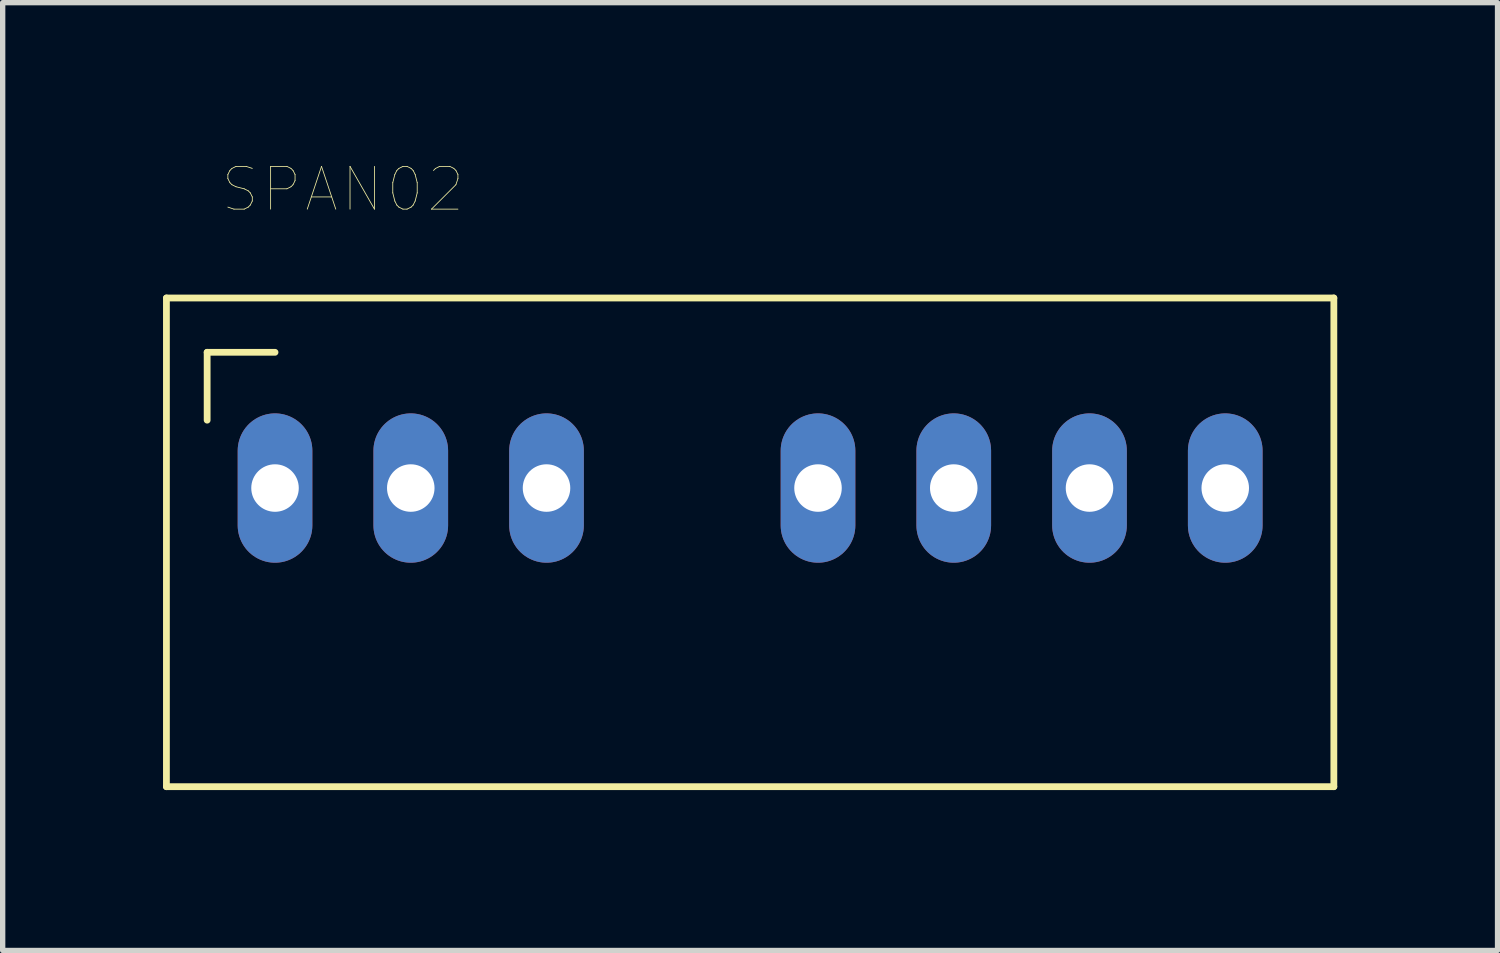
<source format=kicad_pcb>
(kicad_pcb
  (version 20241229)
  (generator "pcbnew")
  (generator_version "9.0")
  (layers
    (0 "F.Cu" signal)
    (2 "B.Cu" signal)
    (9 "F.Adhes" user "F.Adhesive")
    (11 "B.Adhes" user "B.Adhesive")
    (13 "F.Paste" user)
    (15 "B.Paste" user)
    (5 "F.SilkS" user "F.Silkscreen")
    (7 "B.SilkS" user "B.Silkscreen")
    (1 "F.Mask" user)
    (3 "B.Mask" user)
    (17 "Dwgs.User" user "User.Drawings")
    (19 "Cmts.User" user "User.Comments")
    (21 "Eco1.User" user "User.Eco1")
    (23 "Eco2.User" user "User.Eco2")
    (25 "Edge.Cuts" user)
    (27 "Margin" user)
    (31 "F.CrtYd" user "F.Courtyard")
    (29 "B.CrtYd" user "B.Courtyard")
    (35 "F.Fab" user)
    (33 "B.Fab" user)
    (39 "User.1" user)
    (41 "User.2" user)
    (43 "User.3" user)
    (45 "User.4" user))
  (footprint "SPAN02"
    (layer "F.Cu")
    (at 10.986 6.082)
    (property "Reference" "SPAN02" (at -7.62 -5.588 0) (layer "F.SilkS") (effects (font (size 0.8 0.8) (thickness 0.015))))
    (attr through_hole)
    (fp_line (start -10.922 -3.556) (end -10.922 5.588) (stroke (width 0.127) (type solid)) (layer "F.SilkS"))
    (fp_line (start -10.922 5.588) (end 10.922 5.588) (stroke (width 0.127) (type solid)) (layer "F.SilkS"))
    (fp_line (start -10.16 -2.54) (end -8.89 -2.54) (stroke (width 0.127) (type solid)) (layer "F.SilkS"))
    (fp_line (start -10.16 -1.27) (end -10.16 -2.54) (stroke (width 0.127) (type solid)) (layer "F.SilkS"))
    (fp_line (start 10.922 -3.556) (end -10.922 -3.556) (stroke (width 0.127) (type solid)) (layer "F.SilkS"))
    (fp_line (start 10.922 5.588) (end 10.922 -3.556) (stroke (width 0.127) (type solid)) (layer "F.SilkS"))
    (pad "1" thru_hole oval (at -8.89 0) (size 1.397 2.794) (drill 0.889) (layers "*.Cu" "*.Mask"))
    (pad "2" thru_hole oval (at -6.35 0) (size 1.397 2.794) (drill 0.889) (layers "*.Cu" "*.Mask"))
    (pad "3" thru_hole oval (at -3.81 0) (size 1.397 2.794) (drill 0.889) (layers "*.Cu" "*.Mask"))
    (pad "5" thru_hole oval (at 1.27 0) (size 1.397 2.794) (drill 0.889) (layers "*.Cu" "*.Mask"))
    (pad "6" thru_hole oval (at 3.81 0) (size 1.397 2.794) (drill 0.889) (layers "*.Cu" "*.Mask"))
    (pad "7" thru_hole oval (at 6.35 0) (size 1.397 2.794) (drill 0.889) (layers "*.Cu" "*.Mask"))
    (pad "8" thru_hole oval (at 8.89 0) (size 1.397 2.794) (drill 0.889) (layers "*.Cu" "*.Mask")))
  (gr_rect
    (start -3 -3)
    (end 24.971 14.734)
    (stroke (width 0.1) (type default))
    (fill no)
    (layer "Edge.Cuts")))
</source>
